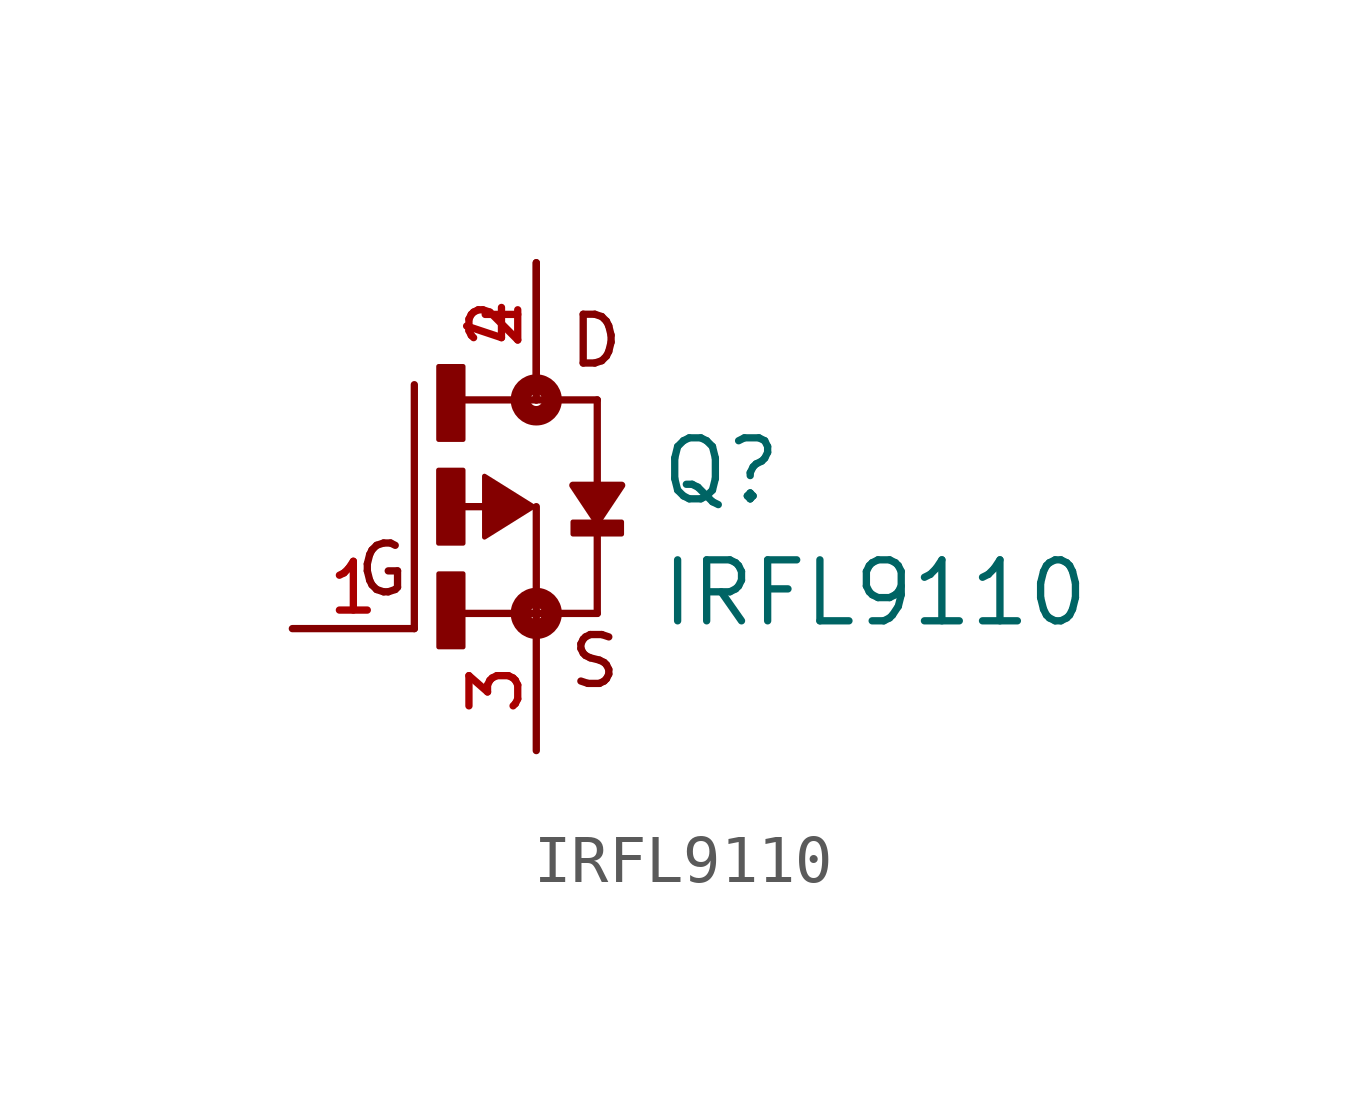
<source format=kicad_sym>
(kicad_symbol_lib
  (version 20211014)
  (generator kicad_symbol_editor)
  (symbol "IRFL9110"
    (pin_names
      (offset 1.016))
    (property "Reference" "Q"
      (at 2.541 0.0 0)
      (effects (font (size 1.27 1.27)) (justify bottom left)))
    (property "Value" "IRFL9110"
      (at 2.541 -2.541 0)
      (effects (font (size 1.27 1.27)) (justify bottom left)))
    (symbol "IRFL9110_0_0"
      (polyline (pts (xy -1.079 0.0) (xy -1.905 0.0)) (stroke (width 0.152)))
      (polyline (pts (xy -1.905 -2.223) (xy 0.0 -2.223)) (stroke (width 0.152)))
      (polyline (pts (xy -2.54 -2.54) (xy -2.54 2.54)) (stroke (width 0.152)))
      (polyline (pts (xy 0.0 0.0) (xy 0.0 -2.223)) (stroke (width 0.152)))
      (polyline (pts (xy 1.27 -2.223) (xy 0.0 -2.223)) (stroke (width 0.152)))
      (polyline (pts (xy -1.587 2.223) (xy 0.0 2.223)) (stroke (width 0.152)))
      (polyline (pts (xy 0.0 2.223) (xy 1.27 2.223)) (stroke (width 0.152)))
      (polyline (pts (xy 0.0 -2.223) (xy 0.0 -2.54)) (stroke (width 0.152)))
      (polyline (pts (xy 1.27 2.223) (xy 1.27 -2.223)) (stroke (width 0.152)))
      (polyline (pts (xy 0.0 2.54) (xy 0.0 2.223)) (stroke (width 0.152)))
      (circle (center 0.0 -2.223) (radius 0.127) (stroke (width 0.406)) (fill (type none)))
      (circle (center 0.0 2.223) (radius 0.127) (stroke (width 0.406)) (fill (type none)))
      (text "D" (at 0.635 2.859 0) (effects (font (size 1.016 1.016)) (justify bottom left)))
      (text "S" (at 0.635 -3.813 0) (effects (font (size 1.017 1.017)) (justify bottom left)))
      (text "G" (at -3.813 -1.906 0) (effects (font (size 1.017 1.017)) (justify bottom left)))
      (rectangle (start -2.034 1.398) (end -1.524 2.921) (stroke (width 0.1)) (fill (type outline)))
      (rectangle (start -2.036 -0.763) (end -1.524 0.762) (stroke (width 0.1)) (fill (type outline)))
      (rectangle (start -2.032 -2.922) (end -1.524 -1.397) (stroke (width 0.1)) (fill (type outline)))
      (rectangle (start 0.762 -0.572) (end 1.778 -0.318) (stroke (width 0.1)) (fill (type outline)))
      (polyline (pts (xy -0.064 0.0) (xy -1.079 -0.635) (xy -1.079 0.635) (xy -0.064 0.0)) (stroke (width 0.102)) (fill (type outline)))
      (polyline (pts (xy 1.27 -0.318) (xy 1.778 0.445) (xy 0.762 0.445) (xy 1.27 -0.318)) (stroke (width 0.152)) (fill (type outline)))
      (pin passive line (at 0.0 5.08 270.0) (length 2.54) (name "~" (effects (font (size 1.016 1.016)))) (number "2" (effects (font (size 1.016 1.016)))))
      (pin passive line (at 0.0 5.08 270.0) (length 2.54) (name "~" (effects (font (size 1.016 1.016)))) (number "4" (effects (font (size 1.016 1.016)))))
      (pin passive line (at 0.0 -5.08 90.0) (length 2.54) (name "~" (effects (font (size 1.016 1.016)))) (number "3" (effects (font (size 1.016 1.016)))))
      (pin passive line (at -5.08 -2.54 0) (length 2.54) (name "~" (effects (font (size 1.016 1.016)))) (number "1" (effects (font (size 1.016 1.016))))))))
</source>
